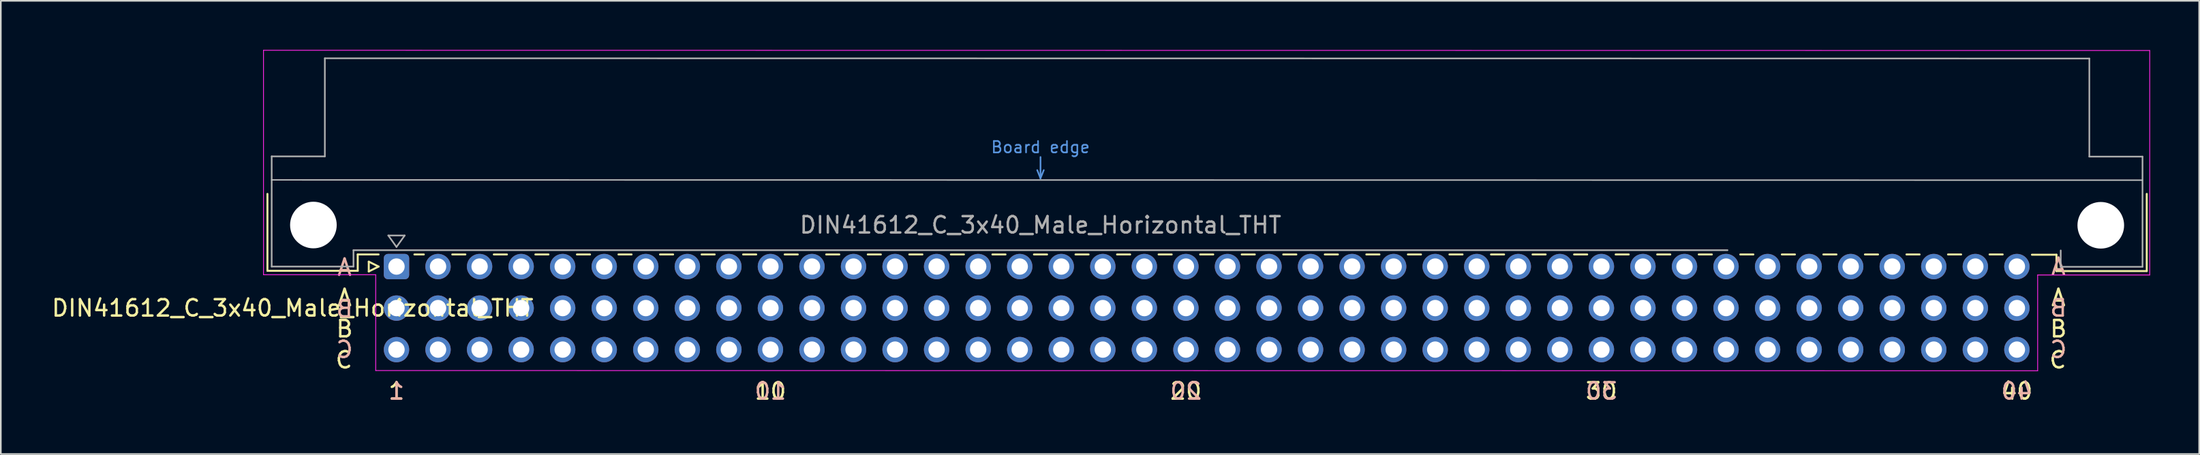
<source format=kicad_pcb>
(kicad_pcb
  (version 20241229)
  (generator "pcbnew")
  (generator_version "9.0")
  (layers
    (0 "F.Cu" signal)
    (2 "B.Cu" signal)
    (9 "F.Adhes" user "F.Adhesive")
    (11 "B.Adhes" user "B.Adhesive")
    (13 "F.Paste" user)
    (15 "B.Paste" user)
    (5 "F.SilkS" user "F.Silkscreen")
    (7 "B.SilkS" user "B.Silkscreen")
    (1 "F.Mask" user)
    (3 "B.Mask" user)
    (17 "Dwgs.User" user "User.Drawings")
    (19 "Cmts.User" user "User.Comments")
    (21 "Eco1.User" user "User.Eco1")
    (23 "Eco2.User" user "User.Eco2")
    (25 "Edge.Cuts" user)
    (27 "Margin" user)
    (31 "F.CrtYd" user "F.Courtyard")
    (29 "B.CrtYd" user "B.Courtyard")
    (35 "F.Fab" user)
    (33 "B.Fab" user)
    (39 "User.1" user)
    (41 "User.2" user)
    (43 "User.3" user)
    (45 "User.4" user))
  (footprint "DIN41612_C_3x40_Male_Horizontal_THT"
    (layer "F.Cu")
    (at 21.189 13.255)
    (property "Reference" "DIN41612_C_3x40_Male_Horizontal_THT" (at -6.35 2.54 0) (layer "F.SilkS") (effects (font (size 1 1) (thickness 0.15))))
    (attr through_hole)
    (fp_line (start -7.89 -4.445) (end -7.89 0.26) (stroke (width 0.12) (type solid)) (layer "F.SilkS"))
    (fp_line (start -7.89 0.26) (end -2.37 0.26) (stroke (width 0.12) (type solid)) (layer "F.SilkS"))
    (fp_line (start -2.371 -0.74) (end -1.095 -0.74) (stroke (width 0.12) (type solid)) (layer "F.SilkS"))
    (fp_line (start -2.37 0.26) (end -2.37 -0.74) (stroke (width 0.12) (type solid)) (layer "F.SilkS"))
    (fp_line (start -1.695 -0.3) (end -1.695 0.3) (stroke (width 0.12) (type solid)) (layer "F.SilkS"))
    (fp_line (start -1.695 0.3) (end -1.095 0) (stroke (width 0.12) (type solid)) (layer "F.SilkS"))
    (fp_line (start -1.095 0) (end -1.695 -0.3) (stroke (width 0.12) (type solid)) (layer "F.SilkS"))
    (fp_line (start 1.095 -0.74) (end 1.671 -0.74) (stroke (width 0.12) (type solid)) (layer "F.SilkS"))
    (fp_line (start 3.41 -0.74) (end 4.211 -0.74) (stroke (width 0.12) (type solid)) (layer "F.SilkS"))
    (fp_line (start 5.95 -0.74) (end 6.751 -0.74) (stroke (width 0.12) (type solid)) (layer "F.SilkS"))
    (fp_line (start 8.49 -0.74) (end 9.291 -0.74) (stroke (width 0.12) (type solid)) (layer "F.SilkS"))
    (fp_line (start 11.03 -0.74) (end 11.831 -0.74) (stroke (width 0.12) (type solid)) (layer "F.SilkS"))
    (fp_line (start 13.57 -0.74) (end 14.371 -0.74) (stroke (width 0.12) (type solid)) (layer "F.SilkS"))
    (fp_line (start 16.11 -0.74) (end 16.911 -0.74) (stroke (width 0.12) (type solid)) (layer "F.SilkS"))
    (fp_line (start 18.65 -0.74) (end 19.451 -0.74) (stroke (width 0.12) (type solid)) (layer "F.SilkS"))
    (fp_line (start 21.19 -0.74) (end 21.991 -0.74) (stroke (width 0.12) (type solid)) (layer "F.SilkS"))
    (fp_line (start 23.73 -0.74) (end 24.531 -0.74) (stroke (width 0.12) (type solid)) (layer "F.SilkS"))
    (fp_line (start 26.27 -0.74) (end 27.071 -0.74) (stroke (width 0.12) (type solid)) (layer "F.SilkS"))
    (fp_line (start 28.81 -0.74) (end 29.611 -0.74) (stroke (width 0.12) (type solid)) (layer "F.SilkS"))
    (fp_line (start 31.35 -0.74) (end 32.151 -0.74) (stroke (width 0.12) (type solid)) (layer "F.SilkS"))
    (fp_line (start 33.89 -0.74) (end 34.691 -0.74) (stroke (width 0.12) (type solid)) (layer "F.SilkS"))
    (fp_line (start 36.43 -0.74) (end 37.231 -0.74) (stroke (width 0.12) (type solid)) (layer "F.SilkS"))
    (fp_line (start 38.97 -0.74) (end 39.771 -0.74) (stroke (width 0.12) (type solid)) (layer "F.SilkS"))
    (fp_line (start 41.51 -0.74) (end 42.311 -0.74) (stroke (width 0.12) (type solid)) (layer "F.SilkS"))
    (fp_line (start 44.05 -0.74) (end 44.851 -0.74) (stroke (width 0.12) (type solid)) (layer "F.SilkS"))
    (fp_line (start 46.59 -0.74) (end 47.391 -0.74) (stroke (width 0.12) (type solid)) (layer "F.SilkS"))
    (fp_line (start 49.13 -0.74) (end 49.931 -0.74) (stroke (width 0.12) (type solid)) (layer "F.SilkS"))
    (fp_line (start 51.67 -0.74) (end 52.471 -0.74) (stroke (width 0.12) (type solid)) (layer "F.SilkS"))
    (fp_line (start 54.21 -0.74) (end 55.011 -0.74) (stroke (width 0.12) (type solid)) (layer "F.SilkS"))
    (fp_line (start 56.75 -0.74) (end 57.551 -0.74) (stroke (width 0.12) (type solid)) (layer "F.SilkS"))
    (fp_line (start 59.29 -0.74) (end 60.091 -0.74) (stroke (width 0.12) (type solid)) (layer "F.SilkS"))
    (fp_line (start 61.83 -0.74) (end 62.631 -0.74) (stroke (width 0.12) (type solid)) (layer "F.SilkS"))
    (fp_line (start 64.37 -0.74) (end 65.171 -0.74) (stroke (width 0.12) (type solid)) (layer "F.SilkS"))
    (fp_line (start 66.91 -0.74) (end 67.711 -0.74) (stroke (width 0.12) (type solid)) (layer "F.SilkS"))
    (fp_line (start 69.45 -0.74) (end 70.251 -0.74) (stroke (width 0.12) (type solid)) (layer "F.SilkS"))
    (fp_line (start 71.99 -0.74) (end 72.791 -0.74) (stroke (width 0.12) (type solid)) (layer "F.SilkS"))
    (fp_line (start 74.53 -0.74) (end 75.331 -0.74) (stroke (width 0.12) (type solid)) (layer "F.SilkS"))
    (fp_line (start 77.07 -0.74) (end 77.871 -0.74) (stroke (width 0.12) (type solid)) (layer "F.SilkS"))
    (fp_line (start 79.61 -0.74) (end 80.411 -0.74) (stroke (width 0.12) (type solid)) (layer "F.SilkS"))
    (fp_line (start 82.15 -0.74) (end 82.951 -0.74) (stroke (width 0.12) (type solid)) (layer "F.SilkS"))
    (fp_line (start 84.69 -0.74) (end 85.491 -0.74) (stroke (width 0.12) (type solid)) (layer "F.SilkS"))
    (fp_line (start 87.23 -0.74) (end 88.031 -0.74) (stroke (width 0.12) (type solid)) (layer "F.SilkS"))
    (fp_line (start 89.77 -0.74) (end 90.571 -0.74) (stroke (width 0.12) (type solid)) (layer "F.SilkS"))
    (fp_line (start 92.31 -0.74) (end 93.111 -0.74) (stroke (width 0.12) (type solid)) (layer "F.SilkS"))
    (fp_line (start 94.85 -0.74) (end 95.651 -0.74) (stroke (width 0.12) (type solid)) (layer "F.SilkS"))
    (fp_line (start 97.39 -0.74) (end 98.191 -0.74) (stroke (width 0.12) (type solid)) (layer "F.SilkS"))
    (fp_line (start 99.979 -0.725) (end 101.479 -0.725) (stroke (width 0.12) (type solid)) (layer "F.SilkS"))
    (fp_line (start 101.479 0.275) (end 101.479 -0.725) (stroke (width 0.12) (type solid)) (layer "F.SilkS"))
    (fp_line (start 106.999 -4.445) (end 106.999 0.275) (stroke (width 0.12) (type solid)) (layer "F.SilkS"))
    (fp_line (start 106.999 0.275) (end 101.479 0.275) (stroke (width 0.12) (type solid)) (layer "F.SilkS"))
    (fp_line (start -7.63 -5.3) (end 106.726 -5.284) (stroke (width 0.08) (type solid)) (layer "Dwgs.User"))
    (fp_line (start 39.17 -5.9) (end 39.37 -5.4) (stroke (width 0.1) (type solid)) (layer "Cmts.User"))
    (fp_line (start 39.37 -5.4) (end 39.37 -6.7) (stroke (width 0.1) (type solid)) (layer "Cmts.User"))
    (fp_line (start 39.37 -5.4) (end 39.57 -5.9) (stroke (width 0.1) (type solid)) (layer "Cmts.User"))
    (fp_line (start -8.13 -13.23) (end -8.13 0.5) (stroke (width 0.05) (type solid)) (layer "F.CrtYd"))
    (fp_line (start -8.13 0.5) (end -1.27 0.5) (stroke (width 0.05) (type solid)) (layer "F.CrtYd"))
    (fp_line (start -1.27 0.5) (end -1.27 6.36) (stroke (width 0.05) (type solid)) (layer "F.CrtYd"))
    (fp_line (start -1.27 6.36) (end 100.33 6.375) (stroke (width 0.05) (type solid)) (layer "F.CrtYd"))
    (fp_line (start 100.33 0.515) (end 107.18 0.515) (stroke (width 0.05) (type solid)) (layer "F.CrtYd"))
    (fp_line (start 100.33 6.375) (end 100.33 0.515) (stroke (width 0.05) (type solid)) (layer "F.CrtYd"))
    (fp_line (start 107.18 -13.215) (end -8.13 -13.23) (stroke (width 0.05) (type solid)) (layer "F.CrtYd"))
    (fp_line (start 107.18 0.515) (end 107.18 -13.215) (stroke (width 0.05) (type solid)) (layer "F.CrtYd"))
    (fp_line (start -7.63 -6.74) (end -7.63 0) (stroke (width 0.1) (type solid)) (layer "F.Fab"))
    (fp_line (start -7.63 0) (end -2.63 0) (stroke (width 0.1) (type solid)) (layer "F.Fab"))
    (fp_line (start -4.38 -12.74) (end -4.38 -6.74) (stroke (width 0.1) (type solid)) (layer "F.Fab"))
    (fp_line (start -4.38 -6.74) (end -7.63 -6.74) (stroke (width 0.1) (type solid)) (layer "F.Fab"))
    (fp_line (start -2.63 -1) (end 81.37 -1) (stroke (width 0.1) (type solid)) (layer "F.Fab"))
    (fp_line (start -2.63 0) (end -2.63 -1) (stroke (width 0.1) (type solid)) (layer "F.Fab"))
    (fp_line (start -0.5 -1.9) (end 0.5 -1.9) (stroke (width 0.1) (type solid)) (layer "F.Fab"))
    (fp_line (start 0 -1.2) (end -0.5 -1.9) (stroke (width 0.1) (type solid)) (layer "F.Fab"))
    (fp_line (start 0.5 -1.9) (end 0 -1.2) (stroke (width 0.1) (type solid)) (layer "F.Fab"))
    (fp_line (start 101.739 -0.985) (end 101.739 0.015) (stroke (width 0.1) (type solid)) (layer "F.Fab"))
    (fp_line (start 101.739 0.015) (end 106.739 0.015) (stroke (width 0.1) (type solid)) (layer "F.Fab"))
    (fp_line (start 103.489 -12.725) (end -4.38 -12.74) (stroke (width 0.1) (type solid)) (layer "F.Fab"))
    (fp_line (start 103.489 -6.725) (end 103.489 -12.725) (stroke (width 0.1) (type solid)) (layer "F.Fab"))
    (fp_line (start 106.739 -6.725) (end 103.489 -6.725) (stroke (width 0.1) (type solid)) (layer "F.Fab"))
    (fp_line (start 106.739 0.015) (end 106.739 -6.725) (stroke (width 0.1) (type solid)) (layer "F.Fab"))
    (fp_text user "C" (at 100.965 5.715 0) (layer "F.SilkS") (effects (font (size 1 1) (thickness 0.15)) (justify left)))
    (fp_text user "A" (at -3.175 1.905 0) (layer "F.SilkS") (effects (font (size 1 1) (thickness 0.15))))
    (fp_text user "10" (at 22.86 7.62 0) (layer "F.SilkS") (effects (font (size 1 1) (thickness 0.15))))
    (fp_text user "A" (at 101.6 1.905 0) (layer "F.SilkS") (effects (font (size 1 1) (thickness 0.15))))
    (fp_text user "C" (at -3.81 5.715 0) (layer "F.SilkS") (effects (font (size 1 1) (thickness 0.15)) (justify left)))
    (fp_text user "40" (at 99.06 7.62 0) (layer "F.SilkS") (effects (font (size 1 1) (thickness 0.15))))
    (fp_text user "20" (at 48.26 7.62 0) (layer "F.SilkS") (effects (font (size 1 1) (thickness 0.15))))
    (fp_text user "B" (at 101.6 3.81 0) (layer "F.SilkS") (effects (font (size 1 1) (thickness 0.15))))
    (fp_text user "B" (at -3.175 3.81 0) (layer "F.SilkS") (effects (font (size 1 1) (thickness 0.15))))
    (fp_text user "1" (at 0 7.62 0) (layer "F.SilkS") (effects (font (size 1 1) (thickness 0.15))))
    (fp_text user "30" (at 73.66 7.62 0) (layer "F.SilkS") (effects (font (size 1 1) (thickness 0.15))))
    (fp_text user "A" (at 101.6 0 0) (layer "B.SilkS") (effects (font (size 1 1) (thickness 0.15)) (justify mirror)))
    (fp_text user "C" (at 101.6 5.08 0) (layer "B.SilkS") (effects (font (size 1 1) (thickness 0.15)) (justify mirror)))
    (fp_text user "A" (at -3.175 0.635 0) (layer "B.SilkS") (effects (font (size 1 1) (thickness 0.15)) (justify bottom mirror)))
    (fp_text user "10" (at 22.86 7.62 0) (layer "B.SilkS") (effects (font (size 1 1) (thickness 0.15)) (justify mirror)))
    (fp_text user "30" (at 73.66 7.62 0) (layer "B.SilkS") (effects (font (size 1 1) (thickness 0.15)) (justify mirror)))
    (fp_text user "1" (at 0 7.62 0) (layer "B.SilkS") (effects (font (size 1 1) (thickness 0.15)) (justify mirror)))
    (fp_text user "20" (at 48.26 7.62 0) (layer "B.SilkS") (effects (font (size 1 1) (thickness 0.15)) (justify mirror)))
    (fp_text user "40" (at 99.06 7.62 0) (layer "B.SilkS") (effects (font (size 1 1) (thickness 0.15)) (justify mirror)))
    (fp_text user "B" (at -3.175 3.175 0) (layer "B.SilkS") (effects (font (size 1 1) (thickness 0.15)) (justify bottom mirror)))
    (fp_text user "B" (at 101.6 2.54 0) (layer "B.SilkS") (effects (font (size 1 1) (thickness 0.15)) (justify mirror)))
    (fp_text user "C" (at -3.175 5.08 0) (layer "B.SilkS") (effects (font (size 1 1) (thickness 0.15)) (justify mirror)))
    (fp_text user "Board edge" (at 39.37 -7.3 0) (layer "Cmts.User") (effects (font (size 0.7 0.7) (thickness 0.1))))
    (fp_text user "${REFERENCE}" (at 39.37 -2.54 0) (layer "F.Fab") (effects (font (size 1 1) (thickness 0.15))))
    (pad "" np_thru_hole circle (at -5.08 -2.54) (size 2.85 2.85) (drill 2.85) (layers "*.Cu" "*.Mask"))
    (pad "" np_thru_hole circle (at 104.189 -2.525) (size 2.85 2.85) (drill 2.85) (layers "*.Cu" "*.Mask"))
    (pad "a1" thru_hole roundrect (at 0 0) (size 1.55 1.55) (drill 1) (layers "*.Cu" "*.Mask") (roundrect_rratio 0.161))
    (pad "a2" thru_hole circle (at 2.54 0) (size 1.55 1.55) (drill 1) (layers "*.Cu" "*.Mask"))
    (pad "a3" thru_hole circle (at 5.08 0) (size 1.55 1.55) (drill 1) (layers "*.Cu" "*.Mask"))
    (pad "a4" thru_hole circle (at 7.62 0) (size 1.55 1.55) (drill 1) (layers "*.Cu" "*.Mask"))
    (pad "a5" thru_hole circle (at 10.16 0) (size 1.55 1.55) (drill 1) (layers "*.Cu" "*.Mask"))
    (pad "a6" thru_hole circle (at 12.7 0) (size 1.55 1.55) (drill 1) (layers "*.Cu" "*.Mask"))
    (pad "a7" thru_hole circle (at 15.24 0) (size 1.55 1.55) (drill 1) (layers "*.Cu" "*.Mask"))
    (pad "a8" thru_hole circle (at 17.78 0) (size 1.55 1.55) (drill 1) (layers "*.Cu" "*.Mask"))
    (pad "a9" thru_hole circle (at 20.32 0) (size 1.55 1.55) (drill 1) (layers "*.Cu" "*.Mask"))
    (pad "a10" thru_hole circle (at 22.86 0) (size 1.55 1.55) (drill 1) (layers "*.Cu" "*.Mask"))
    (pad "a11" thru_hole circle (at 25.4 0) (size 1.55 1.55) (drill 1) (layers "*.Cu" "*.Mask"))
    (pad "a12" thru_hole circle (at 27.94 0) (size 1.55 1.55) (drill 1) (layers "*.Cu" "*.Mask"))
    (pad "a13" thru_hole circle (at 30.48 0) (size 1.55 1.55) (drill 1) (layers "*.Cu" "*.Mask"))
    (pad "a14" thru_hole circle (at 33.02 0) (size 1.55 1.55) (drill 1) (layers "*.Cu" "*.Mask"))
    (pad "a15" thru_hole circle (at 35.56 0) (size 1.55 1.55) (drill 1) (layers "*.Cu" "*.Mask"))
    (pad "a16" thru_hole circle (at 38.1 0) (size 1.55 1.55) (drill 1) (layers "*.Cu" "*.Mask"))
    (pad "a17" thru_hole circle (at 40.64 0) (size 1.55 1.55) (drill 1) (layers "*.Cu" "*.Mask"))
    (pad "a18" thru_hole circle (at 43.18 0) (size 1.55 1.55) (drill 1) (layers "*.Cu" "*.Mask"))
    (pad "a19" thru_hole circle (at 45.72 0) (size 1.55 1.55) (drill 1) (layers "*.Cu" "*.Mask"))
    (pad "a20" thru_hole circle (at 48.26 0) (size 1.55 1.55) (drill 1) (layers "*.Cu" "*.Mask"))
    (pad "a21" thru_hole circle (at 50.8 0) (size 1.55 1.55) (drill 1) (layers "*.Cu" "*.Mask"))
    (pad "a22" thru_hole circle (at 53.34 0) (size 1.55 1.55) (drill 1) (layers "*.Cu" "*.Mask"))
    (pad "a23" thru_hole circle (at 55.88 0) (size 1.55 1.55) (drill 1) (layers "*.Cu" "*.Mask"))
    (pad "a24" thru_hole circle (at 58.42 0) (size 1.55 1.55) (drill 1) (layers "*.Cu" "*.Mask"))
    (pad "a25" thru_hole circle (at 60.96 0) (size 1.55 1.55) (drill 1) (layers "*.Cu" "*.Mask"))
    (pad "a26" thru_hole circle (at 63.5 0) (size 1.55 1.55) (drill 1) (layers "*.Cu" "*.Mask"))
    (pad "a27" thru_hole circle (at 66.04 0) (size 1.55 1.55) (drill 1) (layers "*.Cu" "*.Mask"))
    (pad "a28" thru_hole circle (at 68.58 0) (size 1.55 1.55) (drill 1) (layers "*.Cu" "*.Mask"))
    (pad "a29" thru_hole circle (at 71.12 0) (size 1.55 1.55) (drill 1) (layers "*.Cu" "*.Mask"))
    (pad "a30" thru_hole circle (at 73.66 0) (size 1.55 1.55) (drill 1) (layers "*.Cu" "*.Mask"))
    (pad "a31" thru_hole circle (at 76.2 0) (size 1.55 1.55) (drill 1) (layers "*.Cu" "*.Mask"))
    (pad "a32" thru_hole circle (at 78.74 0) (size 1.55 1.55) (drill 1) (layers "*.Cu" "*.Mask"))
    (pad "a33" thru_hole circle (at 81.28 0) (size 1.55 1.55) (drill 1) (layers "*.Cu" "*.Mask"))
    (pad "a34" thru_hole circle (at 83.82 0) (size 1.55 1.55) (drill 1) (layers "*.Cu" "*.Mask"))
    (pad "a35" thru_hole circle (at 86.36 0) (size 1.55 1.55) (drill 1) (layers "*.Cu" "*.Mask"))
    (pad "a36" thru_hole circle (at 88.9 0) (size 1.55 1.55) (drill 1) (layers "*.Cu" "*.Mask"))
    (pad "a37" thru_hole circle (at 91.44 0) (size 1.55 1.55) (drill 1) (layers "*.Cu" "*.Mask"))
    (pad "a38" thru_hole circle (at 93.98 0) (size 1.55 1.55) (drill 1) (layers "*.Cu" "*.Mask"))
    (pad "a39" thru_hole circle (at 96.52 0) (size 1.55 1.55) (drill 1) (layers "*.Cu" "*.Mask"))
    (pad "a40" thru_hole circle (at 99.06 0) (size 1.55 1.55) (drill 1) (layers "*.Cu" "*.Mask"))
    (pad "b1" thru_hole circle (at 0 2.54) (size 1.55 1.55) (drill 1) (layers "*.Cu" "*.Mask"))
    (pad "b2" thru_hole circle (at 2.54 2.54) (size 1.55 1.55) (drill 1) (layers "*.Cu" "*.Mask"))
    (pad "b3" thru_hole circle (at 5.08 2.54) (size 1.55 1.55) (drill 1) (layers "*.Cu" "*.Mask"))
    (pad "b4" thru_hole circle (at 7.62 2.54) (size 1.55 1.55) (drill 1) (layers "*.Cu" "*.Mask"))
    (pad "b5" thru_hole circle (at 10.16 2.54) (size 1.55 1.55) (drill 1) (layers "*.Cu" "*.Mask"))
    (pad "b6" thru_hole circle (at 12.7 2.54) (size 1.55 1.55) (drill 1) (layers "*.Cu" "*.Mask"))
    (pad "b7" thru_hole circle (at 15.24 2.54) (size 1.55 1.55) (drill 1) (layers "*.Cu" "*.Mask"))
    (pad "b8" thru_hole circle (at 17.78 2.54) (size 1.55 1.55) (drill 1) (layers "*.Cu" "*.Mask"))
    (pad "b9" thru_hole circle (at 20.32 2.54) (size 1.55 1.55) (drill 1) (layers "*.Cu" "*.Mask"))
    (pad "b10" thru_hole circle (at 22.86 2.54) (size 1.55 1.55) (drill 1) (layers "*.Cu" "*.Mask"))
    (pad "b11" thru_hole circle (at 25.4 2.54) (size 1.55 1.55) (drill 1) (layers "*.Cu" "*.Mask"))
    (pad "b12" thru_hole circle (at 27.94 2.54) (size 1.55 1.55) (drill 1) (layers "*.Cu" "*.Mask"))
    (pad "b13" thru_hole circle (at 30.48 2.54) (size 1.55 1.55) (drill 1) (layers "*.Cu" "*.Mask"))
    (pad "b14" thru_hole circle (at 33.02 2.54) (size 1.55 1.55) (drill 1) (layers "*.Cu" "*.Mask"))
    (pad "b15" thru_hole circle (at 35.56 2.54) (size 1.55 1.55) (drill 1) (layers "*.Cu" "*.Mask"))
    (pad "b16" thru_hole circle (at 38.1 2.54) (size 1.55 1.55) (drill 1) (layers "*.Cu" "*.Mask"))
    (pad "b17" thru_hole circle (at 40.64 2.54) (size 1.55 1.55) (drill 1) (layers "*.Cu" "*.Mask"))
    (pad "b18" thru_hole circle (at 43.18 2.54) (size 1.55 1.55) (drill 1) (layers "*.Cu" "*.Mask"))
    (pad "b19" thru_hole circle (at 45.72 2.54) (size 1.55 1.55) (drill 1) (layers "*.Cu" "*.Mask"))
    (pad "b20" thru_hole circle (at 48.26 2.54) (size 1.55 1.55) (drill 1) (layers "*.Cu" "*.Mask"))
    (pad "b21" thru_hole circle (at 50.8 2.54) (size 1.55 1.55) (drill 1) (layers "*.Cu" "*.Mask"))
    (pad "b22" thru_hole circle (at 53.34 2.54) (size 1.55 1.55) (drill 1) (layers "*.Cu" "*.Mask"))
    (pad "b23" thru_hole circle (at 55.88 2.54) (size 1.55 1.55) (drill 1) (layers "*.Cu" "*.Mask"))
    (pad "b24" thru_hole circle (at 58.42 2.54) (size 1.55 1.55) (drill 1) (layers "*.Cu" "*.Mask"))
    (pad "b25" thru_hole circle (at 60.96 2.54) (size 1.55 1.55) (drill 1) (layers "*.Cu" "*.Mask"))
    (pad "b26" thru_hole circle (at 63.5 2.54) (size 1.55 1.55) (drill 1) (layers "*.Cu" "*.Mask"))
    (pad "b27" thru_hole circle (at 66.04 2.54) (size 1.55 1.55) (drill 1) (layers "*.Cu" "*.Mask"))
    (pad "b28" thru_hole circle (at 68.58 2.54) (size 1.55 1.55) (drill 1) (layers "*.Cu" "*.Mask"))
    (pad "b29" thru_hole circle (at 71.12 2.54) (size 1.55 1.55) (drill 1) (layers "*.Cu" "*.Mask"))
    (pad "b30" thru_hole circle (at 73.66 2.54) (size 1.55 1.55) (drill 1) (layers "*.Cu" "*.Mask"))
    (pad "b31" thru_hole circle (at 76.2 2.54) (size 1.55 1.55) (drill 1) (layers "*.Cu" "*.Mask"))
    (pad "b32" thru_hole circle (at 78.74 2.54) (size 1.55 1.55) (drill 1) (layers "*.Cu" "*.Mask"))
    (pad "b33" thru_hole circle (at 81.28 2.54) (size 1.55 1.55) (drill 1) (layers "*.Cu" "*.Mask"))
    (pad "b34" thru_hole circle (at 83.82 2.54) (size 1.55 1.55) (drill 1) (layers "*.Cu" "*.Mask"))
    (pad "b35" thru_hole circle (at 86.36 2.54) (size 1.55 1.55) (drill 1) (layers "*.Cu" "*.Mask"))
    (pad "b36" thru_hole circle (at 88.9 2.54) (size 1.55 1.55) (drill 1) (layers "*.Cu" "*.Mask"))
    (pad "b37" thru_hole circle (at 91.44 2.54) (size 1.55 1.55) (drill 1) (layers "*.Cu" "*.Mask"))
    (pad "b38" thru_hole circle (at 93.98 2.54) (size 1.55 1.55) (drill 1) (layers "*.Cu" "*.Mask"))
    (pad "b39" thru_hole circle (at 96.52 2.54) (size 1.55 1.55) (drill 1) (layers "*.Cu" "*.Mask"))
    (pad "b40" thru_hole circle (at 99.06 2.54) (size 1.55 1.55) (drill 1) (layers "*.Cu" "*.Mask"))
    (pad "c1" thru_hole circle (at 0 5.08) (size 1.55 1.55) (drill 1) (layers "*.Cu" "*.Mask"))
    (pad "c2" thru_hole circle (at 2.54 5.08) (size 1.55 1.55) (drill 1) (layers "*.Cu" "*.Mask"))
    (pad "c3" thru_hole circle (at 5.08 5.08) (size 1.55 1.55) (drill 1) (layers "*.Cu" "*.Mask"))
    (pad "c4" thru_hole circle (at 7.62 5.08) (size 1.55 1.55) (drill 1) (layers "*.Cu" "*.Mask"))
    (pad "c5" thru_hole circle (at 10.16 5.08) (size 1.55 1.55) (drill 1) (layers "*.Cu" "*.Mask"))
    (pad "c6" thru_hole circle (at 12.7 5.08) (size 1.55 1.55) (drill 1) (layers "*.Cu" "*.Mask"))
    (pad "c7" thru_hole circle (at 15.24 5.08) (size 1.55 1.55) (drill 1) (layers "*.Cu" "*.Mask"))
    (pad "c8" thru_hole circle (at 17.78 5.08) (size 1.55 1.55) (drill 1) (layers "*.Cu" "*.Mask"))
    (pad "c9" thru_hole circle (at 20.32 5.08) (size 1.55 1.55) (drill 1) (layers "*.Cu" "*.Mask"))
    (pad "c10" thru_hole circle (at 22.86 5.08) (size 1.55 1.55) (drill 1) (layers "*.Cu" "*.Mask"))
    (pad "c11" thru_hole circle (at 25.4 5.08) (size 1.55 1.55) (drill 1) (layers "*.Cu" "*.Mask"))
    (pad "c12" thru_hole circle (at 27.94 5.08) (size 1.55 1.55) (drill 1) (layers "*.Cu" "*.Mask"))
    (pad "c13" thru_hole circle (at 30.48 5.08) (size 1.55 1.55) (drill 1) (layers "*.Cu" "*.Mask"))
    (pad "c14" thru_hole circle (at 33.02 5.08) (size 1.55 1.55) (drill 1) (layers "*.Cu" "*.Mask"))
    (pad "c15" thru_hole circle (at 35.56 5.08) (size 1.55 1.55) (drill 1) (layers "*.Cu" "*.Mask"))
    (pad "c16" thru_hole circle (at 38.1 5.08) (size 1.55 1.55) (drill 1) (layers "*.Cu" "*.Mask"))
    (pad "c17" thru_hole circle (at 40.64 5.08) (size 1.55 1.55) (drill 1) (layers "*.Cu" "*.Mask"))
    (pad "c18" thru_hole circle (at 43.18 5.08) (size 1.55 1.55) (drill 1) (layers "*.Cu" "*.Mask"))
    (pad "c19" thru_hole circle (at 45.72 5.08) (size 1.55 1.55) (drill 1) (layers "*.Cu" "*.Mask"))
    (pad "c20" thru_hole circle (at 48.26 5.08) (size 1.55 1.55) (drill 1) (layers "*.Cu" "*.Mask"))
    (pad "c21" thru_hole circle (at 50.8 5.08) (size 1.55 1.55) (drill 1) (layers "*.Cu" "*.Mask"))
    (pad "c22" thru_hole circle (at 53.34 5.08) (size 1.55 1.55) (drill 1) (layers "*.Cu" "*.Mask"))
    (pad "c23" thru_hole circle (at 55.88 5.08) (size 1.55 1.55) (drill 1) (layers "*.Cu" "*.Mask"))
    (pad "c24" thru_hole circle (at 58.42 5.08) (size 1.55 1.55) (drill 1) (layers "*.Cu" "*.Mask"))
    (pad "c25" thru_hole circle (at 60.96 5.08) (size 1.55 1.55) (drill 1) (layers "*.Cu" "*.Mask"))
    (pad "c26" thru_hole circle (at 63.5 5.08) (size 1.55 1.55) (drill 1) (layers "*.Cu" "*.Mask"))
    (pad "c27" thru_hole circle (at 66.04 5.08) (size 1.55 1.55) (drill 1) (layers "*.Cu" "*.Mask"))
    (pad "c28" thru_hole circle (at 68.58 5.08) (size 1.55 1.55) (drill 1) (layers "*.Cu" "*.Mask"))
    (pad "c29" thru_hole circle (at 71.12 5.08) (size 1.55 1.55) (drill 1) (layers "*.Cu" "*.Mask"))
    (pad "c30" thru_hole circle (at 73.66 5.08) (size 1.55 1.55) (drill 1) (layers "*.Cu" "*.Mask"))
    (pad "c31" thru_hole circle (at 76.2 5.08) (size 1.55 1.55) (drill 1) (layers "*.Cu" "*.Mask"))
    (pad "c32" thru_hole circle (at 78.74 5.08) (size 1.55 1.55) (drill 1) (layers "*.Cu" "*.Mask"))
    (pad "c33" thru_hole circle (at 81.28 5.08) (size 1.55 1.55) (drill 1) (layers "*.Cu" "*.Mask"))
    (pad "c34" thru_hole circle (at 83.82 5.08) (size 1.55 1.55) (drill 1) (layers "*.Cu" "*.Mask"))
    (pad "c35" thru_hole circle (at 86.36 5.08) (size 1.55 1.55) (drill 1) (layers "*.Cu" "*.Mask"))
    (pad "c36" thru_hole circle (at 88.9 5.08) (size 1.55 1.55) (drill 1) (layers "*.Cu" "*.Mask"))
    (pad "c37" thru_hole circle (at 91.44 5.08) (size 1.55 1.55) (drill 1) (layers "*.Cu" "*.Mask"))
    (pad "c38" thru_hole circle (at 93.98 5.08) (size 1.55 1.55) (drill 1) (layers "*.Cu" "*.Mask"))
    (pad "c39" thru_hole circle (at 96.52 5.08) (size 1.55 1.55) (drill 1) (layers "*.Cu" "*.Mask"))
    (pad "c40" thru_hole circle (at 99.06 5.08) (size 1.55 1.55) (drill 1) (layers "*.Cu" "*.Mask")))
  (gr_rect
    (start -3 -3)
    (end 131.394 24.723)
    (stroke (width 0.1) (type default))
    (fill no)
    (layer "Edge.Cuts")))
</source>
